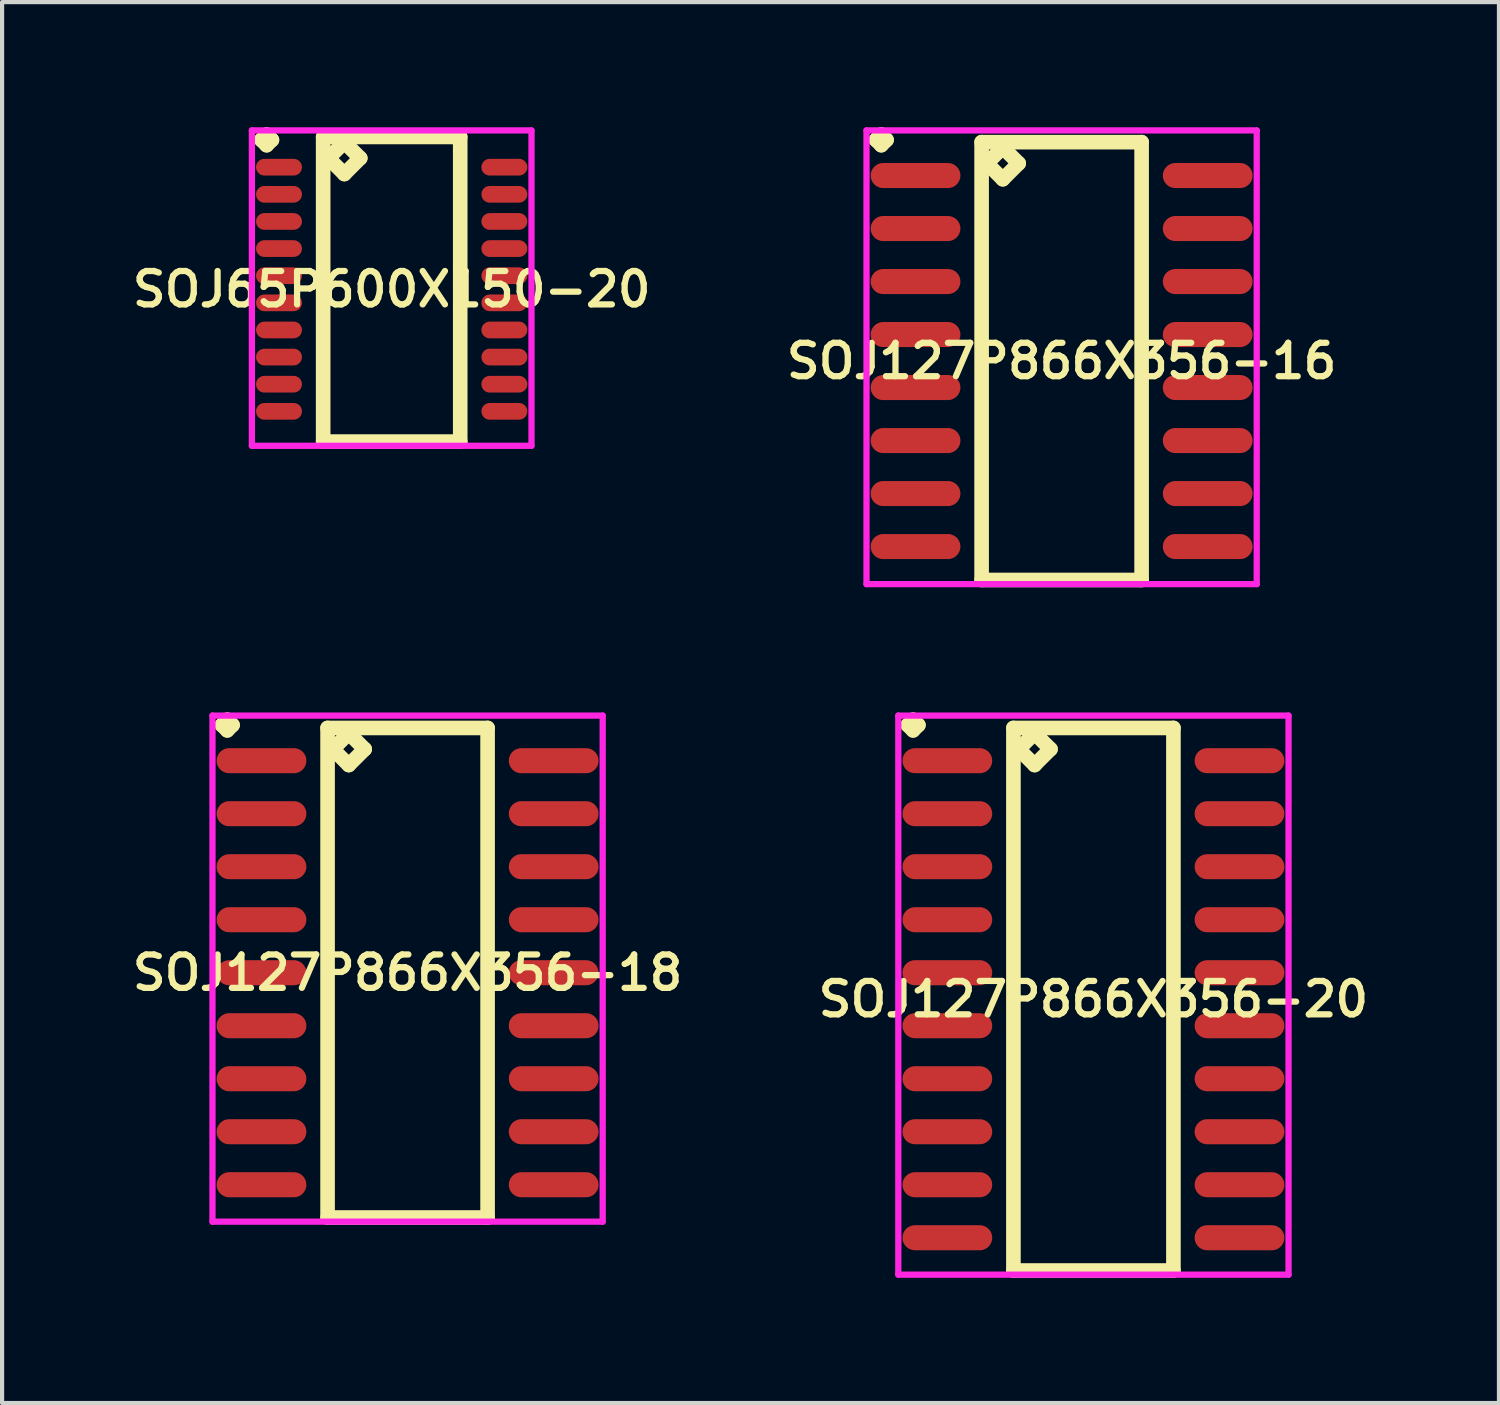
<source format=kicad_pcb>
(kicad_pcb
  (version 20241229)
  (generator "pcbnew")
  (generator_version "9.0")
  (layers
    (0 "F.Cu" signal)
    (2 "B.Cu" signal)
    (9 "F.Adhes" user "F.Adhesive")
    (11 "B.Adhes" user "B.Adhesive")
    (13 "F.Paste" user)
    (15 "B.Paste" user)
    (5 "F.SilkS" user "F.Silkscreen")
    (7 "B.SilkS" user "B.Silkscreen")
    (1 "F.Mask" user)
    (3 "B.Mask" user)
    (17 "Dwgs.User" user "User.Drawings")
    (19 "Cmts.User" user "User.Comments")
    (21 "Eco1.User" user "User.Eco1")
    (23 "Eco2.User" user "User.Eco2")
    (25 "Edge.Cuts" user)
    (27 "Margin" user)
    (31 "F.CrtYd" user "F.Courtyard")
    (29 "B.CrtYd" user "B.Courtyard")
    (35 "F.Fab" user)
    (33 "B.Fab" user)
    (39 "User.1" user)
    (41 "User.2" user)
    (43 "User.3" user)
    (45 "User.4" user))
  (footprint "SOJ127P866X356-20"
    (layer "F.Cu")
    (at 23.149 20.892)
    (property "Reference" "SOJ127P866X356-20" (at 0 0 0) (layer "F.SilkS") (effects (font (size 0.8 0.8) (thickness 0.15))))
    (attr smd)
    (fp_line (start -4.448 -6.569) (end -4.321 -6.696) (stroke (width 0.35) (type solid)) (layer "F.SilkS"))
    (fp_line (start -4.321 -6.696) (end -4.194 -6.569) (stroke (width 0.35) (type solid)) (layer "F.SilkS"))
    (fp_line (start -4.321 -6.442) (end -4.448 -6.569) (stroke (width 0.35) (type solid)) (layer "F.SilkS"))
    (fp_line (start -4.194 -6.569) (end -4.321 -6.442) (stroke (width 0.35) (type solid)) (layer "F.SilkS"))
    (fp_line (start -1.917 -6.5) (end -1.917 6.5) (stroke (width 0.35) (type solid)) (layer "F.SilkS"))
    (fp_line (start -1.917 6.5) (end 1.917 6.5) (stroke (width 0.35) (type solid)) (layer "F.SilkS"))
    (fp_line (start -1.79 -5.992) (end -1.409 -6.373) (stroke (width 0.35) (type solid)) (layer "F.SilkS"))
    (fp_line (start -1.409 -6.373) (end -1.028 -5.992) (stroke (width 0.35) (type solid)) (layer "F.SilkS"))
    (fp_line (start -1.409 -5.611) (end -1.79 -5.992) (stroke (width 0.35) (type solid)) (layer "F.SilkS"))
    (fp_line (start -1.028 -5.992) (end -1.409 -5.611) (stroke (width 0.35) (type solid)) (layer "F.SilkS"))
    (fp_line (start 1.917 -6.5) (end -1.917 -6.5) (stroke (width 0.35) (type solid)) (layer "F.SilkS"))
    (fp_line (start 1.917 6.5) (end 1.917 -6.5) (stroke (width 0.35) (type solid)) (layer "F.SilkS"))
    (fp_line (start -4.675 -6.796) (end 4.675 -6.796) (stroke (width 0.15) (type solid)) (layer "F.CrtYd"))
    (fp_line (start -4.675 6.6) (end -4.675 -6.796) (stroke (width 0.15) (type solid)) (layer "F.CrtYd"))
    (fp_line (start 4.675 -6.796) (end 4.675 6.6) (stroke (width 0.15) (type solid)) (layer "F.CrtYd"))
    (fp_line (start 4.675 6.6) (end -4.675 6.6) (stroke (width 0.15) (type solid)) (layer "F.CrtYd"))
    (pad "1" smd oval (at -3.5 -5.715) (size 2.15 0.6) (layers "F.Cu" "F.Mask" "F.Paste"))
    (pad "2" smd oval (at -3.5 -4.445) (size 2.15 0.6) (layers "F.Cu" "F.Mask" "F.Paste"))
    (pad "3" smd oval (at -3.5 -3.175) (size 2.15 0.6) (layers "F.Cu" "F.Mask" "F.Paste"))
    (pad "4" smd oval (at -3.5 -1.905) (size 2.15 0.6) (layers "F.Cu" "F.Mask" "F.Paste"))
    (pad "5" smd oval (at -3.5 -0.635) (size 2.15 0.6) (layers "F.Cu" "F.Mask" "F.Paste"))
    (pad "6" smd oval (at -3.5 0.635) (size 2.15 0.6) (layers "F.Cu" "F.Mask" "F.Paste"))
    (pad "7" smd oval (at -3.5 1.905) (size 2.15 0.6) (layers "F.Cu" "F.Mask" "F.Paste"))
    (pad "8" smd oval (at -3.5 3.175) (size 2.15 0.6) (layers "F.Cu" "F.Mask" "F.Paste"))
    (pad "9" smd oval (at -3.5 4.445) (size 2.15 0.6) (layers "F.Cu" "F.Mask" "F.Paste"))
    (pad "10" smd oval (at -3.5 5.715) (size 2.15 0.6) (layers "F.Cu" "F.Mask" "F.Paste"))
    (pad "11" smd oval (at 3.5 5.715) (size 2.15 0.6) (layers "F.Cu" "F.Mask" "F.Paste"))
    (pad "12" smd oval (at 3.5 4.445) (size 2.15 0.6) (layers "F.Cu" "F.Mask" "F.Paste"))
    (pad "13" smd oval (at 3.5 3.175) (size 2.15 0.6) (layers "F.Cu" "F.Mask" "F.Paste"))
    (pad "14" smd oval (at 3.5 1.905) (size 2.15 0.6) (layers "F.Cu" "F.Mask" "F.Paste"))
    (pad "15" smd oval (at 3.5 0.635) (size 2.15 0.6) (layers "F.Cu" "F.Mask" "F.Paste"))
    (pad "16" smd oval (at 3.5 -0.635) (size 2.15 0.6) (layers "F.Cu" "F.Mask" "F.Paste"))
    (pad "17" smd oval (at 3.5 -1.905) (size 2.15 0.6) (layers "F.Cu" "F.Mask" "F.Paste"))
    (pad "18" smd oval (at 3.5 -3.175) (size 2.15 0.6) (layers "F.Cu" "F.Mask" "F.Paste"))
    (pad "19" smd oval (at 3.5 -4.445) (size 2.15 0.6) (layers "F.Cu" "F.Mask" "F.Paste"))
    (pad "20" smd oval (at 3.5 -5.715) (size 2.15 0.6) (layers "F.Cu" "F.Mask" "F.Paste")))
  (footprint "SOJ127P866X356-18"
    (layer "F.Cu")
    (at 6.716 20.257)
    (property "Reference" "SOJ127P866X356-18" (at 0 0 0) (layer "F.SilkS") (effects (font (size 0.8 0.8) (thickness 0.15))))
    (attr smd)
    (fp_line (start -4.448 -5.934) (end -4.321 -6.061) (stroke (width 0.35) (type solid)) (layer "F.SilkS"))
    (fp_line (start -4.321 -6.061) (end -4.194 -5.934) (stroke (width 0.35) (type solid)) (layer "F.SilkS"))
    (fp_line (start -4.321 -5.807) (end -4.448 -5.934) (stroke (width 0.35) (type solid)) (layer "F.SilkS"))
    (fp_line (start -4.194 -5.934) (end -4.321 -5.807) (stroke (width 0.35) (type solid)) (layer "F.SilkS"))
    (fp_line (start -1.917 -5.865) (end -1.917 5.865) (stroke (width 0.35) (type solid)) (layer "F.SilkS"))
    (fp_line (start -1.917 5.865) (end 1.917 5.865) (stroke (width 0.35) (type solid)) (layer "F.SilkS"))
    (fp_line (start -1.79 -5.357) (end -1.409 -5.738) (stroke (width 0.35) (type solid)) (layer "F.SilkS"))
    (fp_line (start -1.409 -5.738) (end -1.028 -5.357) (stroke (width 0.35) (type solid)) (layer "F.SilkS"))
    (fp_line (start -1.409 -4.976) (end -1.79 -5.357) (stroke (width 0.35) (type solid)) (layer "F.SilkS"))
    (fp_line (start -1.028 -5.357) (end -1.409 -4.976) (stroke (width 0.35) (type solid)) (layer "F.SilkS"))
    (fp_line (start 1.917 -5.865) (end -1.917 -5.865) (stroke (width 0.35) (type solid)) (layer "F.SilkS"))
    (fp_line (start 1.917 5.865) (end 1.917 -5.865) (stroke (width 0.35) (type solid)) (layer "F.SilkS"))
    (fp_line (start -4.675 -6.161) (end 4.675 -6.161) (stroke (width 0.15) (type solid)) (layer "F.CrtYd"))
    (fp_line (start -4.675 5.965) (end -4.675 -6.161) (stroke (width 0.15) (type solid)) (layer "F.CrtYd"))
    (fp_line (start 4.675 -6.161) (end 4.675 5.965) (stroke (width 0.15) (type solid)) (layer "F.CrtYd"))
    (fp_line (start 4.675 5.965) (end -4.675 5.965) (stroke (width 0.15) (type solid)) (layer "F.CrtYd"))
    (pad "1" smd oval (at -3.5 -5.08) (size 2.15 0.6) (layers "F.Cu" "F.Mask" "F.Paste"))
    (pad "2" smd oval (at -3.5 -3.81) (size 2.15 0.6) (layers "F.Cu" "F.Mask" "F.Paste"))
    (pad "3" smd oval (at -3.5 -2.54) (size 2.15 0.6) (layers "F.Cu" "F.Mask" "F.Paste"))
    (pad "4" smd oval (at -3.5 -1.27) (size 2.15 0.6) (layers "F.Cu" "F.Mask" "F.Paste"))
    (pad "5" smd oval (at -3.5 0) (size 2.15 0.6) (layers "F.Cu" "F.Mask" "F.Paste"))
    (pad "6" smd oval (at -3.5 1.27) (size 2.15 0.6) (layers "F.Cu" "F.Mask" "F.Paste"))
    (pad "7" smd oval (at -3.5 2.54) (size 2.15 0.6) (layers "F.Cu" "F.Mask" "F.Paste"))
    (pad "8" smd oval (at -3.5 3.81) (size 2.15 0.6) (layers "F.Cu" "F.Mask" "F.Paste"))
    (pad "9" smd oval (at -3.5 5.08) (size 2.15 0.6) (layers "F.Cu" "F.Mask" "F.Paste"))
    (pad "10" smd oval (at 3.5 5.08) (size 2.15 0.6) (layers "F.Cu" "F.Mask" "F.Paste"))
    (pad "11" smd oval (at 3.5 3.81) (size 2.15 0.6) (layers "F.Cu" "F.Mask" "F.Paste"))
    (pad "12" smd oval (at 3.5 2.54) (size 2.15 0.6) (layers "F.Cu" "F.Mask" "F.Paste"))
    (pad "13" smd oval (at 3.5 1.27) (size 2.15 0.6) (layers "F.Cu" "F.Mask" "F.Paste"))
    (pad "14" smd oval (at 3.5 0) (size 2.15 0.6) (layers "F.Cu" "F.Mask" "F.Paste"))
    (pad "15" smd oval (at 3.5 -1.27) (size 2.15 0.6) (layers "F.Cu" "F.Mask" "F.Paste"))
    (pad "16" smd oval (at 3.5 -2.54) (size 2.15 0.6) (layers "F.Cu" "F.Mask" "F.Paste"))
    (pad "17" smd oval (at 3.5 -3.81) (size 2.15 0.6) (layers "F.Cu" "F.Mask" "F.Paste"))
    (pad "18" smd oval (at 3.5 -5.08) (size 2.15 0.6) (layers "F.Cu" "F.Mask" "F.Paste")))
  (footprint "SOJ65P600X150-20"
    (layer "F.Cu")
    (at 6.335 3.881)
    (property "Reference" "SOJ65P600X150-20" (at 0 0 0) (layer "F.SilkS") (effects (font (size 0.8 0.8) (thickness 0.15))))
    (attr smd)
    (fp_line (start -3.123 -3.579) (end -2.996 -3.706) (stroke (width 0.35) (type solid)) (layer "F.SilkS"))
    (fp_line (start -2.996 -3.706) (end -2.869 -3.579) (stroke (width 0.35) (type solid)) (layer "F.SilkS"))
    (fp_line (start -2.996 -3.452) (end -3.123 -3.579) (stroke (width 0.35) (type solid)) (layer "F.SilkS"))
    (fp_line (start -2.869 -3.579) (end -2.996 -3.452) (stroke (width 0.35) (type solid)) (layer "F.SilkS"))
    (fp_line (start -1.642 -3.65) (end -1.642 3.65) (stroke (width 0.35) (type solid)) (layer "F.SilkS"))
    (fp_line (start -1.642 3.65) (end 1.642 3.65) (stroke (width 0.35) (type solid)) (layer "F.SilkS"))
    (fp_line (start -1.515 -3.142) (end -1.134 -3.523) (stroke (width 0.35) (type solid)) (layer "F.SilkS"))
    (fp_line (start -1.134 -3.523) (end -0.753 -3.142) (stroke (width 0.35) (type solid)) (layer "F.SilkS"))
    (fp_line (start -1.134 -2.761) (end -1.515 -3.142) (stroke (width 0.35) (type solid)) (layer "F.SilkS"))
    (fp_line (start -0.753 -3.142) (end -1.134 -2.761) (stroke (width 0.35) (type solid)) (layer "F.SilkS"))
    (fp_line (start 1.642 -3.65) (end -1.642 -3.65) (stroke (width 0.35) (type solid)) (layer "F.SilkS"))
    (fp_line (start 1.642 3.65) (end 1.642 -3.65) (stroke (width 0.35) (type solid)) (layer "F.SilkS"))
    (fp_line (start -3.35 -3.806) (end 3.35 -3.806) (stroke (width 0.15) (type solid)) (layer "F.CrtYd"))
    (fp_line (start -3.35 3.75) (end -3.35 -3.806) (stroke (width 0.15) (type solid)) (layer "F.CrtYd"))
    (fp_line (start 3.35 -3.806) (end 3.35 3.75) (stroke (width 0.15) (type solid)) (layer "F.CrtYd"))
    (fp_line (start 3.35 3.75) (end -3.35 3.75) (stroke (width 0.15) (type solid)) (layer "F.CrtYd"))
    (pad "1" smd oval (at -2.7 -2.925) (size 1.1 0.4) (layers "F.Cu" "F.Mask" "F.Paste"))
    (pad "2" smd oval (at -2.7 -2.275) (size 1.1 0.4) (layers "F.Cu" "F.Mask" "F.Paste"))
    (pad "3" smd oval (at -2.7 -1.625) (size 1.1 0.4) (layers "F.Cu" "F.Mask" "F.Paste"))
    (pad "4" smd oval (at -2.7 -0.975) (size 1.1 0.4) (layers "F.Cu" "F.Mask" "F.Paste"))
    (pad "5" smd oval (at -2.7 -0.325) (size 1.1 0.4) (layers "F.Cu" "F.Mask" "F.Paste"))
    (pad "6" smd oval (at -2.7 0.325) (size 1.1 0.4) (layers "F.Cu" "F.Mask" "F.Paste"))
    (pad "7" smd oval (at -2.7 0.975) (size 1.1 0.4) (layers "F.Cu" "F.Mask" "F.Paste"))
    (pad "8" smd oval (at -2.7 1.625) (size 1.1 0.4) (layers "F.Cu" "F.Mask" "F.Paste"))
    (pad "9" smd oval (at -2.7 2.275) (size 1.1 0.4) (layers "F.Cu" "F.Mask" "F.Paste"))
    (pad "10" smd oval (at -2.7 2.925) (size 1.1 0.4) (layers "F.Cu" "F.Mask" "F.Paste"))
    (pad "11" smd oval (at 2.7 2.925) (size 1.1 0.4) (layers "F.Cu" "F.Mask" "F.Paste"))
    (pad "12" smd oval (at 2.7 2.275) (size 1.1 0.4) (layers "F.Cu" "F.Mask" "F.Paste"))
    (pad "13" smd oval (at 2.7 1.625) (size 1.1 0.4) (layers "F.Cu" "F.Mask" "F.Paste"))
    (pad "14" smd oval (at 2.7 0.975) (size 1.1 0.4) (layers "F.Cu" "F.Mask" "F.Paste"))
    (pad "15" smd oval (at 2.7 0.325) (size 1.1 0.4) (layers "F.Cu" "F.Mask" "F.Paste"))
    (pad "16" smd oval (at 2.7 -0.325) (size 1.1 0.4) (layers "F.Cu" "F.Mask" "F.Paste"))
    (pad "17" smd oval (at 2.7 -0.975) (size 1.1 0.4) (layers "F.Cu" "F.Mask" "F.Paste"))
    (pad "18" smd oval (at 2.7 -1.625) (size 1.1 0.4) (layers "F.Cu" "F.Mask" "F.Paste"))
    (pad "19" smd oval (at 2.7 -2.275) (size 1.1 0.4) (layers "F.Cu" "F.Mask" "F.Paste"))
    (pad "20" smd oval (at 2.7 -2.925) (size 1.1 0.4) (layers "F.Cu" "F.Mask" "F.Paste")))
  (footprint "SOJ127P866X356-16"
    (layer "F.Cu")
    (at 22.387 5.601)
    (property "Reference" "SOJ127P866X356-16" (at 0 0 0) (layer "F.SilkS") (effects (font (size 0.8 0.8) (thickness 0.15))))
    (attr smd)
    (fp_line (start -4.448 -5.299) (end -4.321 -5.426) (stroke (width 0.35) (type solid)) (layer "F.SilkS"))
    (fp_line (start -4.321 -5.426) (end -4.194 -5.299) (stroke (width 0.35) (type solid)) (layer "F.SilkS"))
    (fp_line (start -4.321 -5.172) (end -4.448 -5.299) (stroke (width 0.35) (type solid)) (layer "F.SilkS"))
    (fp_line (start -4.194 -5.299) (end -4.321 -5.172) (stroke (width 0.35) (type solid)) (layer "F.SilkS"))
    (fp_line (start -1.917 -5.245) (end -1.917 5.245) (stroke (width 0.35) (type solid)) (layer "F.SilkS"))
    (fp_line (start -1.917 5.245) (end 1.917 5.245) (stroke (width 0.35) (type solid)) (layer "F.SilkS"))
    (fp_line (start -1.79 -4.737) (end -1.409 -5.118) (stroke (width 0.35) (type solid)) (layer "F.SilkS"))
    (fp_line (start -1.409 -5.118) (end -1.028 -4.737) (stroke (width 0.35) (type solid)) (layer "F.SilkS"))
    (fp_line (start -1.409 -4.356) (end -1.79 -4.737) (stroke (width 0.35) (type solid)) (layer "F.SilkS"))
    (fp_line (start -1.028 -4.737) (end -1.409 -4.356) (stroke (width 0.35) (type solid)) (layer "F.SilkS"))
    (fp_line (start 1.917 -5.245) (end -1.917 -5.245) (stroke (width 0.35) (type solid)) (layer "F.SilkS"))
    (fp_line (start 1.917 5.245) (end 1.917 -5.245) (stroke (width 0.35) (type solid)) (layer "F.SilkS"))
    (fp_line (start -4.675 -5.526) (end 4.675 -5.526) (stroke (width 0.15) (type solid)) (layer "F.CrtYd"))
    (fp_line (start -4.675 5.345) (end -4.675 -5.526) (stroke (width 0.15) (type solid)) (layer "F.CrtYd"))
    (fp_line (start 4.675 -5.526) (end 4.675 5.345) (stroke (width 0.15) (type solid)) (layer "F.CrtYd"))
    (fp_line (start 4.675 5.345) (end -4.675 5.345) (stroke (width 0.15) (type solid)) (layer "F.CrtYd"))
    (pad "1" smd oval (at -3.5 -4.445) (size 2.15 0.6) (layers "F.Cu" "F.Mask" "F.Paste"))
    (pad "2" smd oval (at -3.5 -3.175) (size 2.15 0.6) (layers "F.Cu" "F.Mask" "F.Paste"))
    (pad "3" smd oval (at -3.5 -1.905) (size 2.15 0.6) (layers "F.Cu" "F.Mask" "F.Paste"))
    (pad "4" smd oval (at -3.5 -0.635) (size 2.15 0.6) (layers "F.Cu" "F.Mask" "F.Paste"))
    (pad "5" smd oval (at -3.5 0.635) (size 2.15 0.6) (layers "F.Cu" "F.Mask" "F.Paste"))
    (pad "6" smd oval (at -3.5 1.905) (size 2.15 0.6) (layers "F.Cu" "F.Mask" "F.Paste"))
    (pad "7" smd oval (at -3.5 3.175) (size 2.15 0.6) (layers "F.Cu" "F.Mask" "F.Paste"))
    (pad "8" smd oval (at -3.5 4.445) (size 2.15 0.6) (layers "F.Cu" "F.Mask" "F.Paste"))
    (pad "9" smd oval (at 3.5 4.445) (size 2.15 0.6) (layers "F.Cu" "F.Mask" "F.Paste"))
    (pad "10" smd oval (at 3.5 3.175) (size 2.15 0.6) (layers "F.Cu" "F.Mask" "F.Paste"))
    (pad "11" smd oval (at 3.5 1.905) (size 2.15 0.6) (layers "F.Cu" "F.Mask" "F.Paste"))
    (pad "12" smd oval (at 3.5 0.635) (size 2.15 0.6) (layers "F.Cu" "F.Mask" "F.Paste"))
    (pad "13" smd oval (at 3.5 -0.635) (size 2.15 0.6) (layers "F.Cu" "F.Mask" "F.Paste"))
    (pad "14" smd oval (at 3.5 -1.905) (size 2.15 0.6) (layers "F.Cu" "F.Mask" "F.Paste"))
    (pad "15" smd oval (at 3.5 -3.175) (size 2.15 0.6) (layers "F.Cu" "F.Mask" "F.Paste"))
    (pad "16" smd oval (at 3.5 -4.445) (size 2.15 0.6) (layers "F.Cu" "F.Mask" "F.Paste")))
  (gr_rect
    (start -3 -3)
    (end 32.866 30.567)
    (stroke (width 0.1) (type default))
    (fill no)
    (layer "Edge.Cuts")))
</source>
